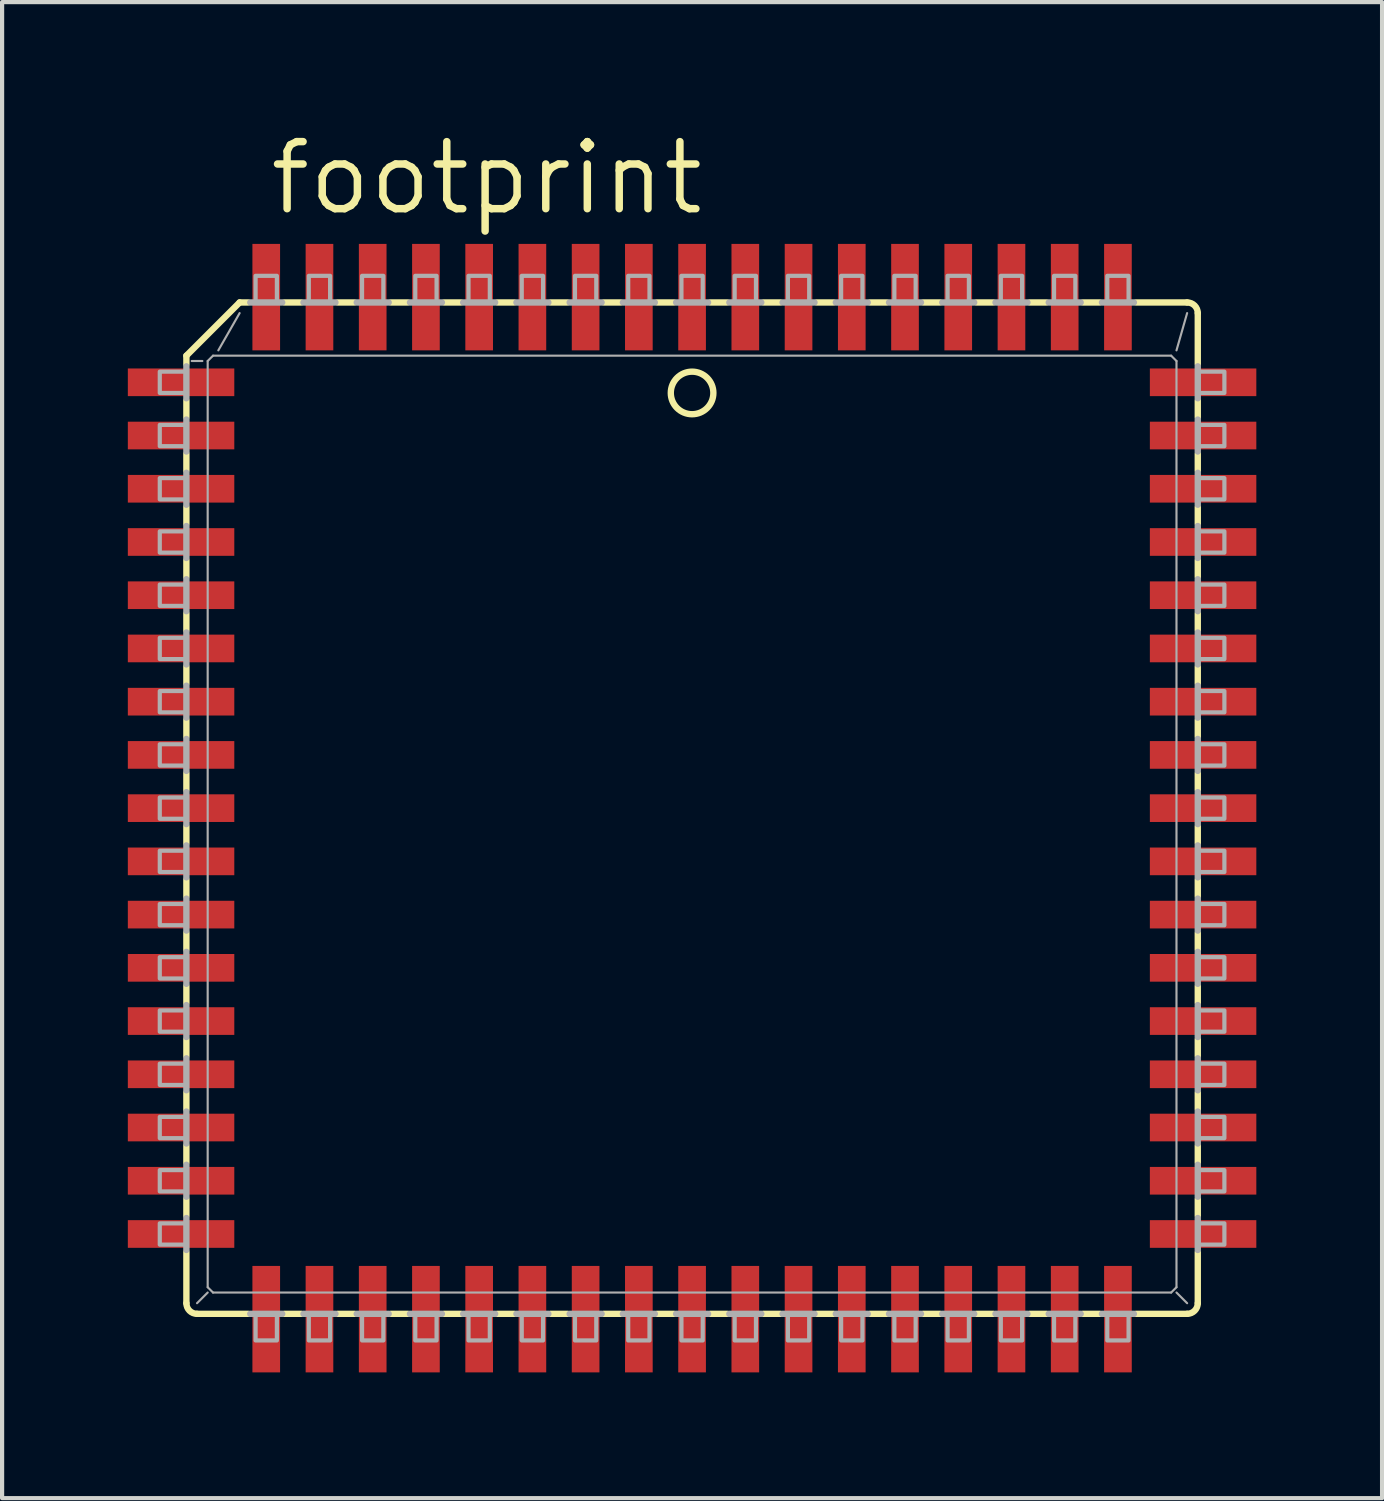
<source format=kicad_pcb>
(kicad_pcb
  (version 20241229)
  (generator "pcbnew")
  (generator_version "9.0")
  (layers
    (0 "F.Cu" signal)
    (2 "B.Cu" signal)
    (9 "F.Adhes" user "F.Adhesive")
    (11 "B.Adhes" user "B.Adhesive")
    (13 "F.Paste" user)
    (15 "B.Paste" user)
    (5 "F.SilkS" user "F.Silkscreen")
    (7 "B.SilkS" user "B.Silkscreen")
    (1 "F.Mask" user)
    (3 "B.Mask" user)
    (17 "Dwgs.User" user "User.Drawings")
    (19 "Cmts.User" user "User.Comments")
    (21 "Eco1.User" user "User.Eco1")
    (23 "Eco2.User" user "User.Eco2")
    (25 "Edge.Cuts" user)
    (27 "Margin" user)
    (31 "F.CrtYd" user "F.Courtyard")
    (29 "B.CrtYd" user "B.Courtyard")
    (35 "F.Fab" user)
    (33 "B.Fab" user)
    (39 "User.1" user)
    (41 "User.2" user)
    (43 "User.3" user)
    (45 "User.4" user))
  (footprint "footprint"
    (layer "F.Cu")
    (at 13.462 16.231)
    (property "Reference" "footprint" (at -10.16 -14.097 0) (layer "F.SilkS") (effects (font (size 1.6 1.6) (thickness 0.178)) (justify left bottom)))
    (fp_line (start -12.065 -10.795) (end -12.065 -10.592) (stroke (width 0.152) (type solid)) (layer "F.SilkS"))
    (fp_line (start -12.065 -10.795) (end -10.795 -12.065) (stroke (width 0.152) (type solid)) (layer "F.SilkS"))
    (fp_line (start -12.065 -9.728) (end -12.065 -9.322) (stroke (width 0.152) (type solid)) (layer "F.SilkS"))
    (fp_line (start -12.065 -8.458) (end -12.065 -8.052) (stroke (width 0.152) (type solid)) (layer "F.SilkS"))
    (fp_line (start -12.065 -7.188) (end -12.065 -6.782) (stroke (width 0.152) (type solid)) (layer "F.SilkS"))
    (fp_line (start -12.065 -5.918) (end -12.065 -5.512) (stroke (width 0.152) (type solid)) (layer "F.SilkS"))
    (fp_line (start -12.065 -4.648) (end -12.065 -4.242) (stroke (width 0.152) (type solid)) (layer "F.SilkS"))
    (fp_line (start -12.065 -3.378) (end -12.065 -2.972) (stroke (width 0.152) (type solid)) (layer "F.SilkS"))
    (fp_line (start -12.065 -1.702) (end -12.065 -2.108) (stroke (width 0.152) (type solid)) (layer "F.SilkS"))
    (fp_line (start -12.065 -0.838) (end -12.065 -0.432) (stroke (width 0.152) (type solid)) (layer "F.SilkS"))
    (fp_line (start -12.065 0.838) (end -12.065 0.432) (stroke (width 0.152) (type solid)) (layer "F.SilkS"))
    (fp_line (start -12.065 1.702) (end -12.065 2.108) (stroke (width 0.152) (type solid)) (layer "F.SilkS"))
    (fp_line (start -12.065 3.378) (end -12.065 2.972) (stroke (width 0.152) (type solid)) (layer "F.SilkS"))
    (fp_line (start -12.065 4.242) (end -12.065 4.648) (stroke (width 0.152) (type solid)) (layer "F.SilkS"))
    (fp_line (start -12.065 5.918) (end -12.065 5.512) (stroke (width 0.152) (type solid)) (layer "F.SilkS"))
    (fp_line (start -12.065 6.782) (end -12.065 7.188) (stroke (width 0.152) (type solid)) (layer "F.SilkS"))
    (fp_line (start -12.065 8.458) (end -12.065 8.052) (stroke (width 0.152) (type solid)) (layer "F.SilkS"))
    (fp_line (start -12.065 9.322) (end -12.065 9.728) (stroke (width 0.152) (type solid)) (layer "F.SilkS"))
    (fp_line (start -12.065 11.811) (end -12.065 10.592) (stroke (width 0.152) (type solid)) (layer "F.SilkS"))
    (fp_line (start -11.811 12.065) (end -10.592 12.065) (stroke (width 0.152) (type solid)) (layer "F.SilkS"))
    (fp_line (start -10.795 -12.065) (end -10.592 -12.065) (stroke (width 0.152) (type solid)) (layer "F.SilkS"))
    (fp_line (start -9.728 12.065) (end -9.322 12.065) (stroke (width 0.152) (type solid)) (layer "F.SilkS"))
    (fp_line (start -9.322 -12.065) (end -9.728 -12.065) (stroke (width 0.152) (type solid)) (layer "F.SilkS"))
    (fp_line (start -8.458 -12.065) (end -8.052 -12.065) (stroke (width 0.152) (type solid)) (layer "F.SilkS"))
    (fp_line (start -8.458 12.065) (end -8.052 12.065) (stroke (width 0.152) (type solid)) (layer "F.SilkS"))
    (fp_line (start -7.188 12.065) (end -6.782 12.065) (stroke (width 0.152) (type solid)) (layer "F.SilkS"))
    (fp_line (start -6.782 -12.065) (end -7.188 -12.065) (stroke (width 0.152) (type solid)) (layer "F.SilkS"))
    (fp_line (start -5.918 -12.065) (end -5.512 -12.065) (stroke (width 0.152) (type solid)) (layer "F.SilkS"))
    (fp_line (start -5.918 12.065) (end -5.512 12.065) (stroke (width 0.152) (type solid)) (layer "F.SilkS"))
    (fp_line (start -4.648 12.065) (end -4.242 12.065) (stroke (width 0.152) (type solid)) (layer "F.SilkS"))
    (fp_line (start -4.242 -12.065) (end -4.648 -12.065) (stroke (width 0.152) (type solid)) (layer "F.SilkS"))
    (fp_line (start -3.378 -12.065) (end -2.972 -12.065) (stroke (width 0.152) (type solid)) (layer "F.SilkS"))
    (fp_line (start -3.378 12.065) (end -2.972 12.065) (stroke (width 0.152) (type solid)) (layer "F.SilkS"))
    (fp_line (start -1.702 -12.065) (end -2.108 -12.065) (stroke (width 0.152) (type solid)) (layer "F.SilkS"))
    (fp_line (start -1.702 12.065) (end -2.108 12.065) (stroke (width 0.152) (type solid)) (layer "F.SilkS"))
    (fp_line (start -0.838 -12.065) (end -0.432 -12.065) (stroke (width 0.152) (type solid)) (layer "F.SilkS"))
    (fp_line (start -0.838 12.065) (end -0.432 12.065) (stroke (width 0.152) (type solid)) (layer "F.SilkS"))
    (fp_line (start 0.838 -12.065) (end 0.432 -12.065) (stroke (width 0.152) (type solid)) (layer "F.SilkS"))
    (fp_line (start 0.838 12.065) (end 0.432 12.065) (stroke (width 0.152) (type solid)) (layer "F.SilkS"))
    (fp_line (start 1.702 -12.065) (end 2.108 -12.065) (stroke (width 0.152) (type solid)) (layer "F.SilkS"))
    (fp_line (start 1.702 12.065) (end 2.108 12.065) (stroke (width 0.152) (type solid)) (layer "F.SilkS"))
    (fp_line (start 3.378 -12.065) (end 2.972 -12.065) (stroke (width 0.152) (type solid)) (layer "F.SilkS"))
    (fp_line (start 3.378 12.065) (end 2.972 12.065) (stroke (width 0.152) (type solid)) (layer "F.SilkS"))
    (fp_line (start 4.242 12.065) (end 4.648 12.065) (stroke (width 0.152) (type solid)) (layer "F.SilkS"))
    (fp_line (start 4.648 -12.065) (end 4.242 -12.065) (stroke (width 0.152) (type solid)) (layer "F.SilkS"))
    (fp_line (start 5.918 -12.065) (end 5.512 -12.065) (stroke (width 0.152) (type solid)) (layer "F.SilkS"))
    (fp_line (start 5.918 12.065) (end 5.512 12.065) (stroke (width 0.152) (type solid)) (layer "F.SilkS"))
    (fp_line (start 6.782 12.065) (end 7.188 12.065) (stroke (width 0.152) (type solid)) (layer "F.SilkS"))
    (fp_line (start 7.188 -12.065) (end 6.782 -12.065) (stroke (width 0.152) (type solid)) (layer "F.SilkS"))
    (fp_line (start 8.458 -12.065) (end 8.052 -12.065) (stroke (width 0.152) (type solid)) (layer "F.SilkS"))
    (fp_line (start 8.458 12.065) (end 8.052 12.065) (stroke (width 0.152) (type solid)) (layer "F.SilkS"))
    (fp_line (start 9.322 12.065) (end 9.728 12.065) (stroke (width 0.152) (type solid)) (layer "F.SilkS"))
    (fp_line (start 9.728 -12.065) (end 9.322 -12.065) (stroke (width 0.152) (type solid)) (layer "F.SilkS"))
    (fp_line (start 11.811 -12.065) (end 10.592 -12.065) (stroke (width 0.152) (type solid)) (layer "F.SilkS"))
    (fp_line (start 11.811 12.065) (end 10.592 12.065) (stroke (width 0.152) (type solid)) (layer "F.SilkS"))
    (fp_line (start 12.065 -11.811) (end 12.065 -10.592) (stroke (width 0.152) (type solid)) (layer "F.SilkS"))
    (fp_line (start 12.065 -9.322) (end 12.065 -9.728) (stroke (width 0.152) (type solid)) (layer "F.SilkS"))
    (fp_line (start 12.065 -8.458) (end 12.065 -8.052) (stroke (width 0.152) (type solid)) (layer "F.SilkS"))
    (fp_line (start 12.065 -6.782) (end 12.065 -7.188) (stroke (width 0.152) (type solid)) (layer "F.SilkS"))
    (fp_line (start 12.065 -5.918) (end 12.065 -5.512) (stroke (width 0.152) (type solid)) (layer "F.SilkS"))
    (fp_line (start 12.065 -4.242) (end 12.065 -4.648) (stroke (width 0.152) (type solid)) (layer "F.SilkS"))
    (fp_line (start 12.065 -3.378) (end 12.065 -2.972) (stroke (width 0.152) (type solid)) (layer "F.SilkS"))
    (fp_line (start 12.065 -1.702) (end 12.065 -2.108) (stroke (width 0.152) (type solid)) (layer "F.SilkS"))
    (fp_line (start 12.065 -0.838) (end 12.065 -0.432) (stroke (width 0.152) (type solid)) (layer "F.SilkS"))
    (fp_line (start 12.065 0.838) (end 12.065 0.432) (stroke (width 0.152) (type solid)) (layer "F.SilkS"))
    (fp_line (start 12.065 1.702) (end 12.065 2.108) (stroke (width 0.152) (type solid)) (layer "F.SilkS"))
    (fp_line (start 12.065 3.378) (end 12.065 2.972) (stroke (width 0.152) (type solid)) (layer "F.SilkS"))
    (fp_line (start 12.065 4.648) (end 12.065 4.242) (stroke (width 0.152) (type solid)) (layer "F.SilkS"))
    (fp_line (start 12.065 5.918) (end 12.065 5.512) (stroke (width 0.152) (type solid)) (layer "F.SilkS"))
    (fp_line (start 12.065 7.188) (end 12.065 6.782) (stroke (width 0.152) (type solid)) (layer "F.SilkS"))
    (fp_line (start 12.065 8.458) (end 12.065 8.052) (stroke (width 0.152) (type solid)) (layer "F.SilkS"))
    (fp_line (start 12.065 9.728) (end 12.065 9.322) (stroke (width 0.152) (type solid)) (layer "F.SilkS"))
    (fp_line (start 12.065 11.811) (end 12.065 10.592) (stroke (width 0.152) (type solid)) (layer "F.SilkS"))
    (fp_arc (start -11.811 12.065) (mid -11.990605 11.990605) (end -12.065 11.811) (stroke (width 0.1524) (type solid)) (layer "F.SilkS"))
    (fp_arc (start 11.811 -12.065) (mid 11.990605 -11.990605) (end 12.065 -11.811) (stroke (width 0.1524) (type solid)) (layer "F.SilkS"))
    (fp_arc (start 12.065 11.811) (mid 11.990605 11.990605) (end 11.811 12.065) (stroke (width 0.1524) (type solid)) (layer "F.SilkS"))
    (fp_circle (center 0 -9.906) (end 0.508 -9.906) (stroke (width 0.152) (type solid)) (fill no) (layer "F.SilkS"))
    (fp_line (start -12.065 -10.541) (end -12.065 -9.779) (stroke (width 0.152) (type solid)) (layer "F.Fab"))
    (fp_line (start -12.065 -9.271) (end -12.065 -8.509) (stroke (width 0.152) (type solid)) (layer "F.Fab"))
    (fp_line (start -12.065 -8.001) (end -12.065 -7.239) (stroke (width 0.152) (type solid)) (layer "F.Fab"))
    (fp_line (start -12.065 -6.731) (end -12.065 -5.969) (stroke (width 0.152) (type solid)) (layer "F.Fab"))
    (fp_line (start -12.065 -5.461) (end -12.065 -4.699) (stroke (width 0.152) (type solid)) (layer "F.Fab"))
    (fp_line (start -12.065 -4.191) (end -12.065 -3.429) (stroke (width 0.152) (type solid)) (layer "F.Fab"))
    (fp_line (start -12.065 -2.921) (end -12.065 -2.159) (stroke (width 0.152) (type solid)) (layer "F.Fab"))
    (fp_line (start -12.065 -1.651) (end -12.065 -0.889) (stroke (width 0.152) (type solid)) (layer "F.Fab"))
    (fp_line (start -12.065 -0.381) (end -12.065 0.381) (stroke (width 0.152) (type solid)) (layer "F.Fab"))
    (fp_line (start -12.065 0.889) (end -12.065 1.651) (stroke (width 0.152) (type solid)) (layer "F.Fab"))
    (fp_line (start -12.065 2.159) (end -12.065 2.921) (stroke (width 0.152) (type solid)) (layer "F.Fab"))
    (fp_line (start -12.065 3.429) (end -12.065 4.191) (stroke (width 0.152) (type solid)) (layer "F.Fab"))
    (fp_line (start -12.065 4.699) (end -12.065 5.461) (stroke (width 0.152) (type solid)) (layer "F.Fab"))
    (fp_line (start -12.065 5.969) (end -12.065 6.731) (stroke (width 0.152) (type solid)) (layer "F.Fab"))
    (fp_line (start -12.065 7.239) (end -12.065 8.001) (stroke (width 0.152) (type solid)) (layer "F.Fab"))
    (fp_line (start -12.065 8.509) (end -12.065 9.271) (stroke (width 0.152) (type solid)) (layer "F.Fab"))
    (fp_line (start -12.065 9.779) (end -12.065 10.541) (stroke (width 0.152) (type solid)) (layer "F.Fab"))
    (fp_line (start -11.684 -10.668) (end -11.938 -10.668) (stroke (width 0.051) (type solid)) (layer "F.Fab"))
    (fp_line (start -11.557 11.43) (end -11.557 -10.668) (stroke (width 0.051) (type solid)) (layer "F.Fab"))
    (fp_line (start -11.557 11.43) (end -11.43 11.557) (stroke (width 0.051) (type solid)) (layer "F.Fab"))
    (fp_line (start -11.557 11.557) (end -11.811 11.811) (stroke (width 0.051) (type solid)) (layer "F.Fab"))
    (fp_line (start -11.43 -10.795) (end -11.557 -10.668) (stroke (width 0.051) (type solid)) (layer "F.Fab"))
    (fp_line (start -11.43 -10.795) (end 11.43 -10.795) (stroke (width 0.051) (type solid)) (layer "F.Fab"))
    (fp_line (start -11.303 -10.922) (end -10.795 -11.811) (stroke (width 0.051) (type solid)) (layer "F.Fab"))
    (fp_line (start -10.541 12.065) (end -9.779 12.065) (stroke (width 0.152) (type solid)) (layer "F.Fab"))
    (fp_line (start -9.779 -12.065) (end -10.541 -12.065) (stroke (width 0.152) (type solid)) (layer "F.Fab"))
    (fp_line (start -9.271 12.065) (end -8.509 12.065) (stroke (width 0.152) (type solid)) (layer "F.Fab"))
    (fp_line (start -8.509 -12.065) (end -9.271 -12.065) (stroke (width 0.152) (type solid)) (layer "F.Fab"))
    (fp_line (start -8.001 12.065) (end -7.239 12.065) (stroke (width 0.152) (type solid)) (layer "F.Fab"))
    (fp_line (start -7.239 -12.065) (end -8.001 -12.065) (stroke (width 0.152) (type solid)) (layer "F.Fab"))
    (fp_line (start -6.731 12.065) (end -5.969 12.065) (stroke (width 0.152) (type solid)) (layer "F.Fab"))
    (fp_line (start -5.969 -12.065) (end -6.731 -12.065) (stroke (width 0.152) (type solid)) (layer "F.Fab"))
    (fp_line (start -5.461 12.065) (end -4.699 12.065) (stroke (width 0.152) (type solid)) (layer "F.Fab"))
    (fp_line (start -4.699 -12.065) (end -5.461 -12.065) (stroke (width 0.152) (type solid)) (layer "F.Fab"))
    (fp_line (start -4.191 12.065) (end -3.429 12.065) (stroke (width 0.152) (type solid)) (layer "F.Fab"))
    (fp_line (start -3.429 -12.065) (end -4.191 -12.065) (stroke (width 0.152) (type solid)) (layer "F.Fab"))
    (fp_line (start -2.921 12.065) (end -2.159 12.065) (stroke (width 0.152) (type solid)) (layer "F.Fab"))
    (fp_line (start -2.159 -12.065) (end -2.921 -12.065) (stroke (width 0.152) (type solid)) (layer "F.Fab"))
    (fp_line (start -1.651 12.065) (end -0.889 12.065) (stroke (width 0.152) (type solid)) (layer "F.Fab"))
    (fp_line (start -0.889 -12.065) (end -1.651 -12.065) (stroke (width 0.152) (type solid)) (layer "F.Fab"))
    (fp_line (start -0.381 12.065) (end 0.381 12.065) (stroke (width 0.152) (type solid)) (layer "F.Fab"))
    (fp_line (start 0.381 -12.065) (end -0.381 -12.065) (stroke (width 0.152) (type solid)) (layer "F.Fab"))
    (fp_line (start 0.889 12.065) (end 1.651 12.065) (stroke (width 0.152) (type solid)) (layer "F.Fab"))
    (fp_line (start 1.651 -12.065) (end 0.889 -12.065) (stroke (width 0.152) (type solid)) (layer "F.Fab"))
    (fp_line (start 2.159 12.065) (end 2.921 12.065) (stroke (width 0.152) (type solid)) (layer "F.Fab"))
    (fp_line (start 2.921 -12.065) (end 2.159 -12.065) (stroke (width 0.152) (type solid)) (layer "F.Fab"))
    (fp_line (start 3.429 12.065) (end 4.191 12.065) (stroke (width 0.152) (type solid)) (layer "F.Fab"))
    (fp_line (start 4.191 -12.065) (end 3.429 -12.065) (stroke (width 0.152) (type solid)) (layer "F.Fab"))
    (fp_line (start 4.699 12.065) (end 5.461 12.065) (stroke (width 0.152) (type solid)) (layer "F.Fab"))
    (fp_line (start 5.461 -12.065) (end 4.699 -12.065) (stroke (width 0.152) (type solid)) (layer "F.Fab"))
    (fp_line (start 5.969 12.065) (end 6.731 12.065) (stroke (width 0.152) (type solid)) (layer "F.Fab"))
    (fp_line (start 6.731 -12.065) (end 5.969 -12.065) (stroke (width 0.152) (type solid)) (layer "F.Fab"))
    (fp_line (start 7.239 12.065) (end 8.001 12.065) (stroke (width 0.152) (type solid)) (layer "F.Fab"))
    (fp_line (start 8.001 -12.065) (end 7.239 -12.065) (stroke (width 0.152) (type solid)) (layer "F.Fab"))
    (fp_line (start 8.509 12.065) (end 9.271 12.065) (stroke (width 0.152) (type solid)) (layer "F.Fab"))
    (fp_line (start 9.271 -12.065) (end 8.509 -12.065) (stroke (width 0.152) (type solid)) (layer "F.Fab"))
    (fp_line (start 9.779 12.065) (end 10.541 12.065) (stroke (width 0.152) (type solid)) (layer "F.Fab"))
    (fp_line (start 10.541 -12.065) (end 9.779 -12.065) (stroke (width 0.152) (type solid)) (layer "F.Fab"))
    (fp_line (start 11.43 11.557) (end -11.43 11.557) (stroke (width 0.051) (type solid)) (layer "F.Fab"))
    (fp_line (start 11.43 11.557) (end 11.557 11.43) (stroke (width 0.051) (type solid)) (layer "F.Fab"))
    (fp_line (start 11.557 -10.668) (end 11.43 -10.795) (stroke (width 0.051) (type solid)) (layer "F.Fab"))
    (fp_line (start 11.557 -10.668) (end 11.557 11.43) (stroke (width 0.051) (type solid)) (layer "F.Fab"))
    (fp_line (start 11.557 11.557) (end 11.811 11.811) (stroke (width 0.051) (type solid)) (layer "F.Fab"))
    (fp_line (start 11.811 -11.811) (end 11.557 -10.922) (stroke (width 0.051) (type solid)) (layer "F.Fab"))
    (fp_line (start 12.065 -9.779) (end 12.065 -10.541) (stroke (width 0.152) (type solid)) (layer "F.Fab"))
    (fp_line (start 12.065 -8.509) (end 12.065 -9.271) (stroke (width 0.152) (type solid)) (layer "F.Fab"))
    (fp_line (start 12.065 -7.239) (end 12.065 -8.001) (stroke (width 0.152) (type solid)) (layer "F.Fab"))
    (fp_line (start 12.065 -5.969) (end 12.065 -6.731) (stroke (width 0.152) (type solid)) (layer "F.Fab"))
    (fp_line (start 12.065 -4.699) (end 12.065 -5.461) (stroke (width 0.152) (type solid)) (layer "F.Fab"))
    (fp_line (start 12.065 -3.429) (end 12.065 -4.191) (stroke (width 0.152) (type solid)) (layer "F.Fab"))
    (fp_line (start 12.065 -2.159) (end 12.065 -2.921) (stroke (width 0.152) (type solid)) (layer "F.Fab"))
    (fp_line (start 12.065 -0.889) (end 12.065 -1.651) (stroke (width 0.152) (type solid)) (layer "F.Fab"))
    (fp_line (start 12.065 0.381) (end 12.065 -0.381) (stroke (width 0.152) (type solid)) (layer "F.Fab"))
    (fp_line (start 12.065 1.651) (end 12.065 0.889) (stroke (width 0.152) (type solid)) (layer "F.Fab"))
    (fp_line (start 12.065 2.921) (end 12.065 2.159) (stroke (width 0.152) (type solid)) (layer "F.Fab"))
    (fp_line (start 12.065 4.191) (end 12.065 3.429) (stroke (width 0.152) (type solid)) (layer "F.Fab"))
    (fp_line (start 12.065 5.461) (end 12.065 4.699) (stroke (width 0.152) (type solid)) (layer "F.Fab"))
    (fp_line (start 12.065 6.731) (end 12.065 5.969) (stroke (width 0.152) (type solid)) (layer "F.Fab"))
    (fp_line (start 12.065 8.001) (end 12.065 7.239) (stroke (width 0.152) (type solid)) (layer "F.Fab"))
    (fp_line (start 12.065 9.271) (end 12.065 8.509) (stroke (width 0.152) (type solid)) (layer "F.Fab"))
    (fp_line (start 12.065 10.541) (end 12.065 9.779) (stroke (width 0.152) (type solid)) (layer "F.Fab"))
    (fp_poly (pts (xy -12.7 -9.906) (xy -12.065 -9.906) (xy -12.065 -10.414) (xy -12.7 -10.414)) (stroke (width 0.1) (type solid)) (fill no) (layer "F.Fab"))
    (fp_poly (pts (xy -12.7 -8.636) (xy -12.065 -8.636) (xy -12.065 -9.144) (xy -12.7 -9.144)) (stroke (width 0.1) (type solid)) (fill no) (layer "F.Fab"))
    (fp_poly (pts (xy -12.7 -7.366) (xy -12.065 -7.366) (xy -12.065 -7.874) (xy -12.7 -7.874)) (stroke (width 0.1) (type solid)) (fill no) (layer "F.Fab"))
    (fp_poly (pts (xy -12.7 -6.096) (xy -12.065 -6.096) (xy -12.065 -6.604) (xy -12.7 -6.604)) (stroke (width 0.1) (type solid)) (fill no) (layer "F.Fab"))
    (fp_poly (pts (xy -12.7 -4.826) (xy -12.065 -4.826) (xy -12.065 -5.334) (xy -12.7 -5.334)) (stroke (width 0.1) (type solid)) (fill no) (layer "F.Fab"))
    (fp_poly (pts (xy -12.7 -3.556) (xy -12.065 -3.556) (xy -12.065 -4.064) (xy -12.7 -4.064)) (stroke (width 0.1) (type solid)) (fill no) (layer "F.Fab"))
    (fp_poly (pts (xy -12.7 -2.286) (xy -12.065 -2.286) (xy -12.065 -2.794) (xy -12.7 -2.794)) (stroke (width 0.1) (type solid)) (fill no) (layer "F.Fab"))
    (fp_poly (pts (xy -12.7 -1.016) (xy -12.065 -1.016) (xy -12.065 -1.524) (xy -12.7 -1.524)) (stroke (width 0.1) (type solid)) (fill no) (layer "F.Fab"))
    (fp_poly (pts (xy -12.7 0.254) (xy -12.065 0.254) (xy -12.065 -0.254) (xy -12.7 -0.254)) (stroke (width 0.1) (type solid)) (fill no) (layer "F.Fab"))
    (fp_poly (pts (xy -12.7 1.524) (xy -12.065 1.524) (xy -12.065 1.016) (xy -12.7 1.016)) (stroke (width 0.1) (type solid)) (fill no) (layer "F.Fab"))
    (fp_poly (pts (xy -12.7 2.794) (xy -12.065 2.794) (xy -12.065 2.286) (xy -12.7 2.286)) (stroke (width 0.1) (type solid)) (fill no) (layer "F.Fab"))
    (fp_poly (pts (xy -12.7 4.064) (xy -12.065 4.064) (xy -12.065 3.556) (xy -12.7 3.556)) (stroke (width 0.1) (type solid)) (fill no) (layer "F.Fab"))
    (fp_poly (pts (xy -12.7 5.334) (xy -12.065 5.334) (xy -12.065 4.826) (xy -12.7 4.826)) (stroke (width 0.1) (type solid)) (fill no) (layer "F.Fab"))
    (fp_poly (pts (xy -12.7 6.604) (xy -12.065 6.604) (xy -12.065 6.096) (xy -12.7 6.096)) (stroke (width 0.1) (type solid)) (fill no) (layer "F.Fab"))
    (fp_poly (pts (xy -12.7 7.874) (xy -12.065 7.874) (xy -12.065 7.366) (xy -12.7 7.366)) (stroke (width 0.1) (type solid)) (fill no) (layer "F.Fab"))
    (fp_poly (pts (xy -12.7 9.144) (xy -12.065 9.144) (xy -12.065 8.636) (xy -12.7 8.636)) (stroke (width 0.1) (type solid)) (fill no) (layer "F.Fab"))
    (fp_poly (pts (xy -12.7 10.414) (xy -12.065 10.414) (xy -12.065 9.906) (xy -12.7 9.906)) (stroke (width 0.1) (type solid)) (fill no) (layer "F.Fab"))
    (fp_poly (pts (xy -10.414 -12.065) (xy -9.906 -12.065) (xy -9.906 -12.7) (xy -10.414 -12.7)) (stroke (width 0.1) (type solid)) (fill no) (layer "F.Fab"))
    (fp_poly (pts (xy -10.414 12.7) (xy -9.906 12.7) (xy -9.906 12.065) (xy -10.414 12.065)) (stroke (width 0.1) (type solid)) (fill no) (layer "F.Fab"))
    (fp_poly (pts (xy -9.144 -12.065) (xy -8.636 -12.065) (xy -8.636 -12.7) (xy -9.144 -12.7)) (stroke (width 0.1) (type solid)) (fill no) (layer "F.Fab"))
    (fp_poly (pts (xy -9.144 12.7) (xy -8.636 12.7) (xy -8.636 12.065) (xy -9.144 12.065)) (stroke (width 0.1) (type solid)) (fill no) (layer "F.Fab"))
    (fp_poly (pts (xy -7.874 -12.065) (xy -7.366 -12.065) (xy -7.366 -12.7) (xy -7.874 -12.7)) (stroke (width 0.1) (type solid)) (fill no) (layer "F.Fab"))
    (fp_poly (pts (xy -7.874 12.7) (xy -7.366 12.7) (xy -7.366 12.065) (xy -7.874 12.065)) (stroke (width 0.1) (type solid)) (fill no) (layer "F.Fab"))
    (fp_poly (pts (xy -6.604 -12.065) (xy -6.096 -12.065) (xy -6.096 -12.7) (xy -6.604 -12.7)) (stroke (width 0.1) (type solid)) (fill no) (layer "F.Fab"))
    (fp_poly (pts (xy -6.604 12.7) (xy -6.096 12.7) (xy -6.096 12.065) (xy -6.604 12.065)) (stroke (width 0.1) (type solid)) (fill no) (layer "F.Fab"))
    (fp_poly (pts (xy -5.334 -12.065) (xy -4.826 -12.065) (xy -4.826 -12.7) (xy -5.334 -12.7)) (stroke (width 0.1) (type solid)) (fill no) (layer "F.Fab"))
    (fp_poly (pts (xy -5.334 12.7) (xy -4.826 12.7) (xy -4.826 12.065) (xy -5.334 12.065)) (stroke (width 0.1) (type solid)) (fill no) (layer "F.Fab"))
    (fp_poly (pts (xy -4.064 -12.065) (xy -3.556 -12.065) (xy -3.556 -12.7) (xy -4.064 -12.7)) (stroke (width 0.1) (type solid)) (fill no) (layer "F.Fab"))
    (fp_poly (pts (xy -4.064 12.7) (xy -3.556 12.7) (xy -3.556 12.065) (xy -4.064 12.065)) (stroke (width 0.1) (type solid)) (fill no) (layer "F.Fab"))
    (fp_poly (pts (xy -2.794 -12.065) (xy -2.286 -12.065) (xy -2.286 -12.7) (xy -2.794 -12.7)) (stroke (width 0.1) (type solid)) (fill no) (layer "F.Fab"))
    (fp_poly (pts (xy -2.794 12.7) (xy -2.286 12.7) (xy -2.286 12.065) (xy -2.794 12.065)) (stroke (width 0.1) (type solid)) (fill no) (layer "F.Fab"))
    (fp_poly (pts (xy -1.524 -12.065) (xy -1.016 -12.065) (xy -1.016 -12.7) (xy -1.524 -12.7)) (stroke (width 0.1) (type solid)) (fill no) (layer "F.Fab"))
    (fp_poly (pts (xy -1.524 12.7) (xy -1.016 12.7) (xy -1.016 12.065) (xy -1.524 12.065)) (stroke (width 0.1) (type solid)) (fill no) (layer "F.Fab"))
    (fp_poly (pts (xy -0.254 -12.065) (xy 0.254 -12.065) (xy 0.254 -12.7) (xy -0.254 -12.7)) (stroke (width 0.1) (type solid)) (fill no) (layer "F.Fab"))
    (fp_poly (pts (xy -0.254 12.7) (xy 0.254 12.7) (xy 0.254 12.065) (xy -0.254 12.065)) (stroke (width 0.1) (type solid)) (fill no) (layer "F.Fab"))
    (fp_poly (pts (xy 1.016 -12.065) (xy 1.524 -12.065) (xy 1.524 -12.7) (xy 1.016 -12.7)) (stroke (width 0.1) (type solid)) (fill no) (layer "F.Fab"))
    (fp_poly (pts (xy 1.016 12.7) (xy 1.524 12.7) (xy 1.524 12.065) (xy 1.016 12.065)) (stroke (width 0.1) (type solid)) (fill no) (layer "F.Fab"))
    (fp_poly (pts (xy 2.286 -12.065) (xy 2.794 -12.065) (xy 2.794 -12.7) (xy 2.286 -12.7)) (stroke (width 0.1) (type solid)) (fill no) (layer "F.Fab"))
    (fp_poly (pts (xy 2.286 12.7) (xy 2.794 12.7) (xy 2.794 12.065) (xy 2.286 12.065)) (stroke (width 0.1) (type solid)) (fill no) (layer "F.Fab"))
    (fp_poly (pts (xy 3.556 -12.065) (xy 4.064 -12.065) (xy 4.064 -12.7) (xy 3.556 -12.7)) (stroke (width 0.1) (type solid)) (fill no) (layer "F.Fab"))
    (fp_poly (pts (xy 3.556 12.7) (xy 4.064 12.7) (xy 4.064 12.065) (xy 3.556 12.065)) (stroke (width 0.1) (type solid)) (fill no) (layer "F.Fab"))
    (fp_poly (pts (xy 4.826 -12.065) (xy 5.334 -12.065) (xy 5.334 -12.7) (xy 4.826 -12.7)) (stroke (width 0.1) (type solid)) (fill no) (layer "F.Fab"))
    (fp_poly (pts (xy 4.826 12.7) (xy 5.334 12.7) (xy 5.334 12.065) (xy 4.826 12.065)) (stroke (width 0.1) (type solid)) (fill no) (layer "F.Fab"))
    (fp_poly (pts (xy 6.096 -12.065) (xy 6.604 -12.065) (xy 6.604 -12.7) (xy 6.096 -12.7)) (stroke (width 0.1) (type solid)) (fill no) (layer "F.Fab"))
    (fp_poly (pts (xy 6.096 12.7) (xy 6.604 12.7) (xy 6.604 12.065) (xy 6.096 12.065)) (stroke (width 0.1) (type solid)) (fill no) (layer "F.Fab"))
    (fp_poly (pts (xy 7.366 -12.065) (xy 7.874 -12.065) (xy 7.874 -12.7) (xy 7.366 -12.7)) (stroke (width 0.1) (type solid)) (fill no) (layer "F.Fab"))
    (fp_poly (pts (xy 7.366 12.7) (xy 7.874 12.7) (xy 7.874 12.065) (xy 7.366 12.065)) (stroke (width 0.1) (type solid)) (fill no) (layer "F.Fab"))
    (fp_poly (pts (xy 8.636 -12.065) (xy 9.144 -12.065) (xy 9.144 -12.7) (xy 8.636 -12.7)) (stroke (width 0.1) (type solid)) (fill no) (layer "F.Fab"))
    (fp_poly (pts (xy 8.636 12.7) (xy 9.144 12.7) (xy 9.144 12.065) (xy 8.636 12.065)) (stroke (width 0.1) (type solid)) (fill no) (layer "F.Fab"))
    (fp_poly (pts (xy 9.906 -12.065) (xy 10.414 -12.065) (xy 10.414 -12.7) (xy 9.906 -12.7)) (stroke (width 0.1) (type solid)) (fill no) (layer "F.Fab"))
    (fp_poly (pts (xy 9.906 12.7) (xy 10.414 12.7) (xy 10.414 12.065) (xy 9.906 12.065)) (stroke (width 0.1) (type solid)) (fill no) (layer "F.Fab"))
    (fp_poly (pts (xy 12.065 -9.906) (xy 12.7 -9.906) (xy 12.7 -10.414) (xy 12.065 -10.414)) (stroke (width 0.1) (type solid)) (fill no) (layer "F.Fab"))
    (fp_poly (pts (xy 12.065 -8.636) (xy 12.7 -8.636) (xy 12.7 -9.144) (xy 12.065 -9.144)) (stroke (width 0.1) (type solid)) (fill no) (layer "F.Fab"))
    (fp_poly (pts (xy 12.065 -7.366) (xy 12.7 -7.366) (xy 12.7 -7.874) (xy 12.065 -7.874)) (stroke (width 0.1) (type solid)) (fill no) (layer "F.Fab"))
    (fp_poly (pts (xy 12.065 -6.096) (xy 12.7 -6.096) (xy 12.7 -6.604) (xy 12.065 -6.604)) (stroke (width 0.1) (type solid)) (fill no) (layer "F.Fab"))
    (fp_poly (pts (xy 12.065 -4.826) (xy 12.7 -4.826) (xy 12.7 -5.334) (xy 12.065 -5.334)) (stroke (width 0.1) (type solid)) (fill no) (layer "F.Fab"))
    (fp_poly (pts (xy 12.065 -3.556) (xy 12.7 -3.556) (xy 12.7 -4.064) (xy 12.065 -4.064)) (stroke (width 0.1) (type solid)) (fill no) (layer "F.Fab"))
    (fp_poly (pts (xy 12.065 -2.286) (xy 12.7 -2.286) (xy 12.7 -2.794) (xy 12.065 -2.794)) (stroke (width 0.1) (type solid)) (fill no) (layer "F.Fab"))
    (fp_poly (pts (xy 12.065 -1.016) (xy 12.7 -1.016) (xy 12.7 -1.524) (xy 12.065 -1.524)) (stroke (width 0.1) (type solid)) (fill no) (layer "F.Fab"))
    (fp_poly (pts (xy 12.065 0.254) (xy 12.7 0.254) (xy 12.7 -0.254) (xy 12.065 -0.254)) (stroke (width 0.1) (type solid)) (fill no) (layer "F.Fab"))
    (fp_poly (pts (xy 12.065 1.524) (xy 12.7 1.524) (xy 12.7 1.016) (xy 12.065 1.016)) (stroke (width 0.1) (type solid)) (fill no) (layer "F.Fab"))
    (fp_poly (pts (xy 12.065 2.794) (xy 12.7 2.794) (xy 12.7 2.286) (xy 12.065 2.286)) (stroke (width 0.1) (type solid)) (fill no) (layer "F.Fab"))
    (fp_poly (pts (xy 12.065 4.064) (xy 12.7 4.064) (xy 12.7 3.556) (xy 12.065 3.556)) (stroke (width 0.1) (type solid)) (fill no) (layer "F.Fab"))
    (fp_poly (pts (xy 12.065 5.334) (xy 12.7 5.334) (xy 12.7 4.826) (xy 12.065 4.826)) (stroke (width 0.1) (type solid)) (fill no) (layer "F.Fab"))
    (fp_poly (pts (xy 12.065 6.604) (xy 12.7 6.604) (xy 12.7 6.096) (xy 12.065 6.096)) (stroke (width 0.1) (type solid)) (fill no) (layer "F.Fab"))
    (fp_poly (pts (xy 12.065 7.874) (xy 12.7 7.874) (xy 12.7 7.366) (xy 12.065 7.366)) (stroke (width 0.1) (type solid)) (fill no) (layer "F.Fab"))
    (fp_poly (pts (xy 12.065 9.144) (xy 12.7 9.144) (xy 12.7 8.636) (xy 12.065 8.636)) (stroke (width 0.1) (type solid)) (fill no) (layer "F.Fab"))
    (fp_poly (pts (xy 12.065 10.414) (xy 12.7 10.414) (xy 12.7 9.906) (xy 12.065 9.906)) (stroke (width 0.1) (type solid)) (fill no) (layer "F.Fab"))
    (pad "1" smd rect (at 0 -12.192) (size 0.66 2.54) (layers "F.Cu" "F.Mask" "F.Paste"))
    (pad "2" smd rect (at -1.27 -12.192) (size 0.66 2.54) (layers "F.Cu" "F.Mask" "F.Paste"))
    (pad "3" smd rect (at -2.54 -12.192) (size 0.66 2.54) (layers "F.Cu" "F.Mask" "F.Paste"))
    (pad "4" smd rect (at -3.81 -12.192) (size 0.66 2.54) (layers "F.Cu" "F.Mask" "F.Paste"))
    (pad "5" smd rect (at -5.08 -12.192) (size 0.66 2.54) (layers "F.Cu" "F.Mask" "F.Paste"))
    (pad "6" smd rect (at -6.35 -12.192) (size 0.66 2.54) (layers "F.Cu" "F.Mask" "F.Paste"))
    (pad "7" smd rect (at -7.62 -12.192) (size 0.66 2.54) (layers "F.Cu" "F.Mask" "F.Paste"))
    (pad "8" smd rect (at -8.89 -12.192) (size 0.66 2.54) (layers "F.Cu" "F.Mask" "F.Paste"))
    (pad "9" smd rect (at -10.16 -12.192) (size 0.66 2.54) (layers "F.Cu" "F.Mask" "F.Paste"))
    (pad "10" smd rect (at -12.192 -10.16) (size 2.54 0.66) (layers "F.Cu" "F.Mask" "F.Paste"))
    (pad "11" smd rect (at -12.192 -8.89) (size 2.54 0.66) (layers "F.Cu" "F.Mask" "F.Paste"))
    (pad "12" smd rect (at -12.192 -7.62) (size 2.54 0.66) (layers "F.Cu" "F.Mask" "F.Paste"))
    (pad "13" smd rect (at -12.192 -6.35) (size 2.54 0.66) (layers "F.Cu" "F.Mask" "F.Paste"))
    (pad "14" smd rect (at -12.192 -5.08) (size 2.54 0.66) (layers "F.Cu" "F.Mask" "F.Paste"))
    (pad "15" smd rect (at -12.192 -3.81) (size 2.54 0.66) (layers "F.Cu" "F.Mask" "F.Paste"))
    (pad "16" smd rect (at -12.192 -2.54) (size 2.54 0.66) (layers "F.Cu" "F.Mask" "F.Paste"))
    (pad "17" smd rect (at -12.192 -1.27) (size 2.54 0.66) (layers "F.Cu" "F.Mask" "F.Paste"))
    (pad "18" smd rect (at -12.192 0) (size 2.54 0.66) (layers "F.Cu" "F.Mask" "F.Paste"))
    (pad "19" smd rect (at -12.192 1.27) (size 2.54 0.66) (layers "F.Cu" "F.Mask" "F.Paste"))
    (pad "20" smd rect (at -12.192 2.54) (size 2.54 0.66) (layers "F.Cu" "F.Mask" "F.Paste"))
    (pad "21" smd rect (at -12.192 3.81) (size 2.54 0.66) (layers "F.Cu" "F.Mask" "F.Paste"))
    (pad "22" smd rect (at -12.192 5.08) (size 2.54 0.66) (layers "F.Cu" "F.Mask" "F.Paste"))
    (pad "23" smd rect (at -12.192 6.35) (size 2.54 0.66) (layers "F.Cu" "F.Mask" "F.Paste"))
    (pad "24" smd rect (at -12.192 7.62) (size 2.54 0.66) (layers "F.Cu" "F.Mask" "F.Paste"))
    (pad "25" smd rect (at -12.192 8.89) (size 2.54 0.66) (layers "F.Cu" "F.Mask" "F.Paste"))
    (pad "26" smd rect (at -12.192 10.16) (size 2.54 0.66) (layers "F.Cu" "F.Mask" "F.Paste"))
    (pad "27" smd rect (at -10.16 12.192) (size 0.66 2.54) (layers "F.Cu" "F.Mask" "F.Paste"))
    (pad "28" smd rect (at -8.89 12.192) (size 0.66 2.54) (layers "F.Cu" "F.Mask" "F.Paste"))
    (pad "29" smd rect (at -7.62 12.192) (size 0.66 2.54) (layers "F.Cu" "F.Mask" "F.Paste"))
    (pad "30" smd rect (at -6.35 12.192) (size 0.66 2.54) (layers "F.Cu" "F.Mask" "F.Paste"))
    (pad "31" smd rect (at -5.08 12.192) (size 0.66 2.54) (layers "F.Cu" "F.Mask" "F.Paste"))
    (pad "32" smd rect (at -3.81 12.192) (size 0.66 2.54) (layers "F.Cu" "F.Mask" "F.Paste"))
    (pad "33" smd rect (at -2.54 12.192) (size 0.66 2.54) (layers "F.Cu" "F.Mask" "F.Paste"))
    (pad "34" smd rect (at -1.27 12.192) (size 0.66 2.54) (layers "F.Cu" "F.Mask" "F.Paste"))
    (pad "35" smd rect (at 0 12.192) (size 0.66 2.54) (layers "F.Cu" "F.Mask" "F.Paste"))
    (pad "36" smd rect (at 1.27 12.192) (size 0.66 2.54) (layers "F.Cu" "F.Mask" "F.Paste"))
    (pad "37" smd rect (at 2.54 12.192) (size 0.66 2.54) (layers "F.Cu" "F.Mask" "F.Paste"))
    (pad "38" smd rect (at 3.81 12.192) (size 0.66 2.54) (layers "F.Cu" "F.Mask" "F.Paste"))
    (pad "39" smd rect (at 5.08 12.192) (size 0.66 2.54) (layers "F.Cu" "F.Mask" "F.Paste"))
    (pad "40" smd rect (at 6.35 12.192) (size 0.66 2.54) (layers "F.Cu" "F.Mask" "F.Paste"))
    (pad "41" smd rect (at 7.62 12.192) (size 0.66 2.54) (layers "F.Cu" "F.Mask" "F.Paste"))
    (pad "42" smd rect (at 8.89 12.192) (size 0.66 2.54) (layers "F.Cu" "F.Mask" "F.Paste"))
    (pad "43" smd rect (at 10.16 12.192) (size 0.66 2.54) (layers "F.Cu" "F.Mask" "F.Paste"))
    (pad "44" smd rect (at 12.192 10.16) (size 2.54 0.66) (layers "F.Cu" "F.Mask" "F.Paste"))
    (pad "45" smd rect (at 12.192 8.89) (size 2.54 0.66) (layers "F.Cu" "F.Mask" "F.Paste"))
    (pad "46" smd rect (at 12.192 7.62) (size 2.54 0.66) (layers "F.Cu" "F.Mask" "F.Paste"))
    (pad "47" smd rect (at 12.192 6.35) (size 2.54 0.66) (layers "F.Cu" "F.Mask" "F.Paste"))
    (pad "48" smd rect (at 12.192 5.08) (size 2.54 0.66) (layers "F.Cu" "F.Mask" "F.Paste"))
    (pad "49" smd rect (at 12.192 3.81) (size 2.54 0.66) (layers "F.Cu" "F.Mask" "F.Paste"))
    (pad "50" smd rect (at 12.192 2.54) (size 2.54 0.66) (layers "F.Cu" "F.Mask" "F.Paste"))
    (pad "51" smd rect (at 12.192 1.27) (size 2.54 0.66) (layers "F.Cu" "F.Mask" "F.Paste"))
    (pad "52" smd rect (at 12.192 0) (size 2.54 0.66) (layers "F.Cu" "F.Mask" "F.Paste"))
    (pad "53" smd rect (at 12.192 -1.27) (size 2.54 0.66) (layers "F.Cu" "F.Mask" "F.Paste"))
    (pad "54" smd rect (at 12.192 -2.54) (size 2.54 0.66) (layers "F.Cu" "F.Mask" "F.Paste"))
    (pad "55" smd rect (at 12.192 -3.81) (size 2.54 0.66) (layers "F.Cu" "F.Mask" "F.Paste"))
    (pad "56" smd rect (at 12.192 -5.08) (size 2.54 0.66) (layers "F.Cu" "F.Mask" "F.Paste"))
    (pad "57" smd rect (at 12.192 -6.35) (size 2.54 0.66) (layers "F.Cu" "F.Mask" "F.Paste"))
    (pad "58" smd rect (at 12.192 -7.62) (size 2.54 0.66) (layers "F.Cu" "F.Mask" "F.Paste"))
    (pad "59" smd rect (at 12.192 -8.89) (size 2.54 0.66) (layers "F.Cu" "F.Mask" "F.Paste"))
    (pad "60" smd rect (at 12.192 -10.16) (size 2.54 0.66) (layers "F.Cu" "F.Mask" "F.Paste"))
    (pad "61" smd rect (at 10.16 -12.192) (size 0.66 2.54) (layers "F.Cu" "F.Mask" "F.Paste"))
    (pad "62" smd rect (at 8.89 -12.192) (size 0.66 2.54) (layers "F.Cu" "F.Mask" "F.Paste"))
    (pad "63" smd rect (at 7.62 -12.192) (size 0.66 2.54) (layers "F.Cu" "F.Mask" "F.Paste"))
    (pad "64" smd rect (at 6.35 -12.192) (size 0.66 2.54) (layers "F.Cu" "F.Mask" "F.Paste"))
    (pad "65" smd rect (at 5.08 -12.192) (size 0.66 2.54) (layers "F.Cu" "F.Mask" "F.Paste"))
    (pad "66" smd rect (at 3.81 -12.192) (size 0.66 2.54) (layers "F.Cu" "F.Mask" "F.Paste"))
    (pad "67" smd rect (at 2.54 -12.192) (size 0.66 2.54) (layers "F.Cu" "F.Mask" "F.Paste"))
    (pad "68" smd rect (at 1.27 -12.192) (size 0.66 2.54) (layers "F.Cu" "F.Mask" "F.Paste")))
  (gr_rect
    (start -3 -3)
    (end 29.924 32.693)
    (stroke (width 0.1) (type default))
    (fill no)
    (layer "Edge.Cuts")))
</source>
